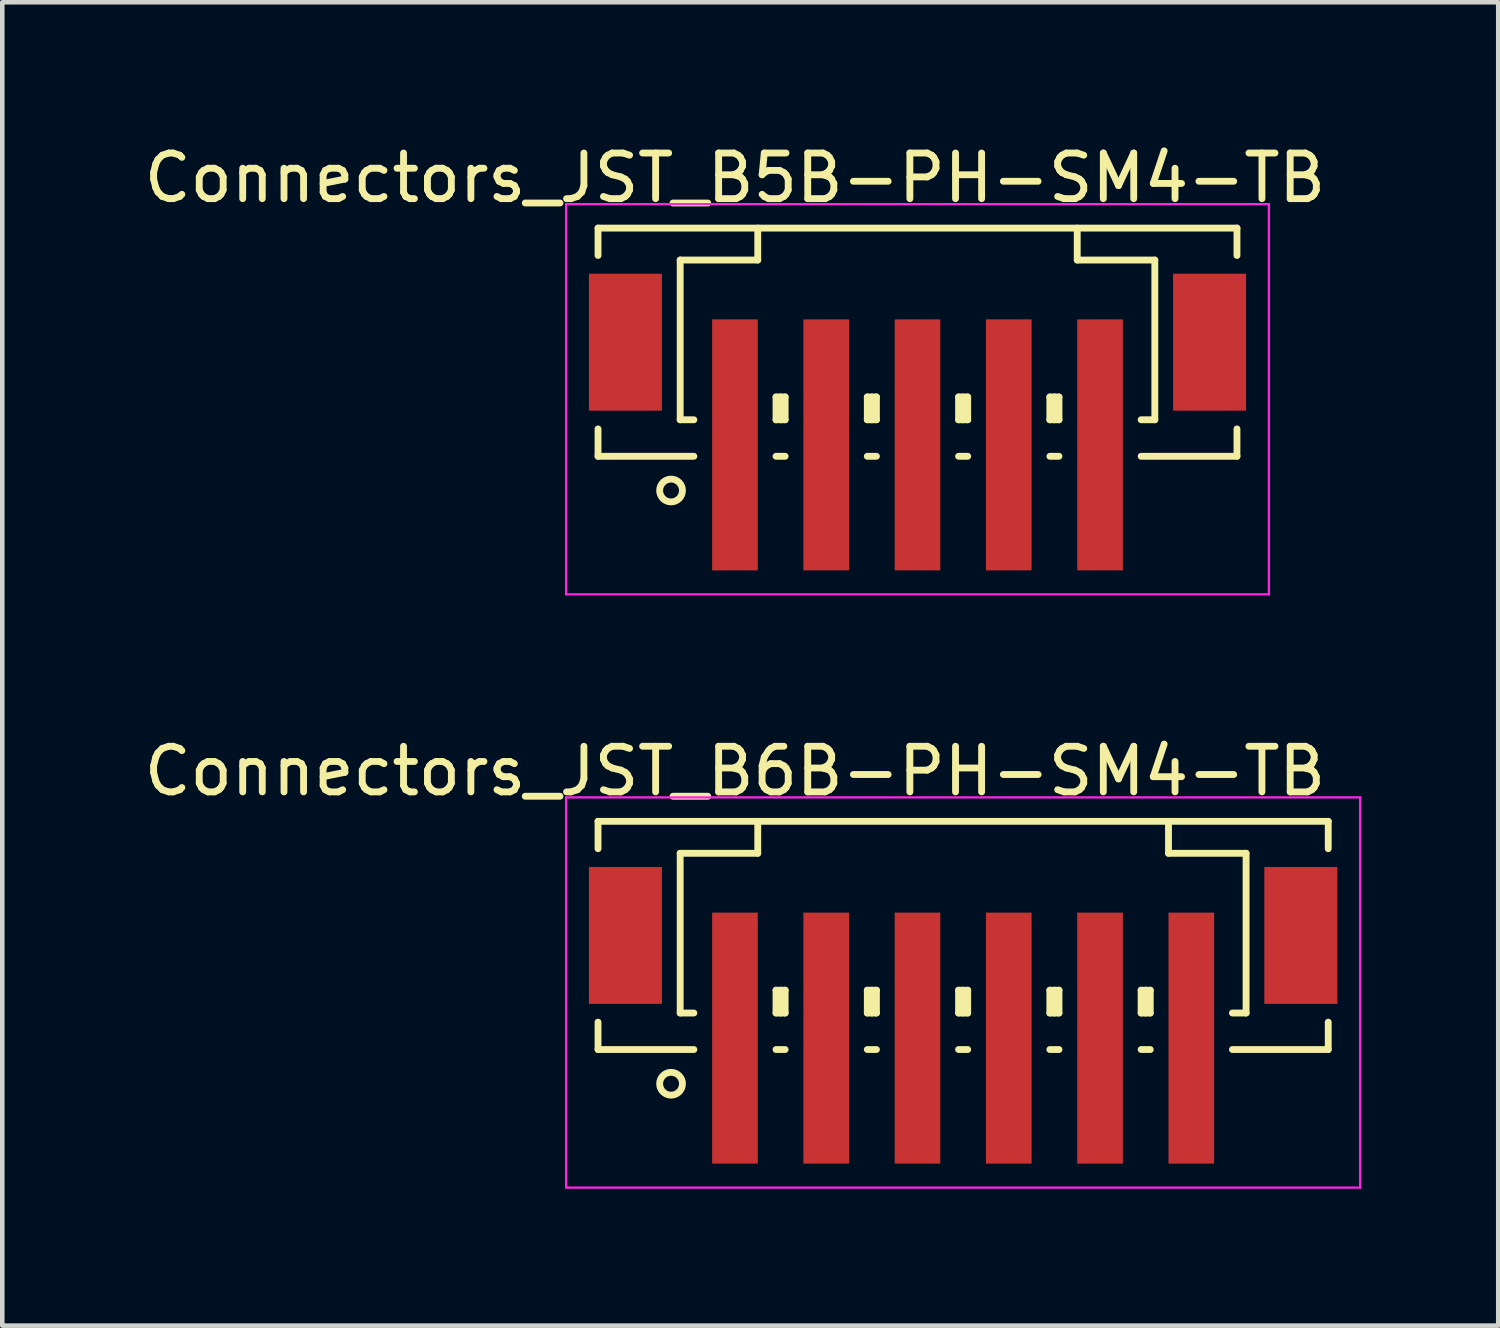
<source format=kicad_pcb>
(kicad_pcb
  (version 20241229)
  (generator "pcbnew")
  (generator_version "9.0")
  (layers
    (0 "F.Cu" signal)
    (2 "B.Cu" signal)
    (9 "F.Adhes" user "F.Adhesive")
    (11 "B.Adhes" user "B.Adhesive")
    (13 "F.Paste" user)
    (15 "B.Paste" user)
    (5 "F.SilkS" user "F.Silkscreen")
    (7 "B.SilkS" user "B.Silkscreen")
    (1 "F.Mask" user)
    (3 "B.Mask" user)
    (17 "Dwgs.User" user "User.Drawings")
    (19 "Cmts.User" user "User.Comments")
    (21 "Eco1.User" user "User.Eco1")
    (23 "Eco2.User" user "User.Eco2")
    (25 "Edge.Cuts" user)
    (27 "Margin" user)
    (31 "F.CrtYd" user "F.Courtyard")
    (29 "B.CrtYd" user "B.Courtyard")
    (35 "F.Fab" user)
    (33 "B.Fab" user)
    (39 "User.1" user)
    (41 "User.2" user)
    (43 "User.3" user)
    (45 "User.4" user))
  (footprint "Connectors_JST_B6B-PH-SM4-TB"
    (layer "F.Cu")
    (at 18.054 18.572)
    (property "Reference" "Connectors_JST_B6B-PH-SM4-TB" (at -5 -4.725 0) (layer "F.SilkS") (effects (font (size 1 1) (thickness 0.15))))
    (attr smd)
    (fp_line (start -8 -3.625) (end 8 -3.625) (stroke (width 0.15) (type solid)) (layer "F.SilkS"))
    (fp_line (start -8 -3.025) (end -8 -3.625) (stroke (width 0.15) (type solid)) (layer "F.SilkS"))
    (fp_line (start -8 0.775) (end -8 1.375) (stroke (width 0.15) (type solid)) (layer "F.SilkS"))
    (fp_line (start -8 1.375) (end -5.9 1.375) (stroke (width 0.15) (type solid)) (layer "F.SilkS"))
    (fp_line (start -6.2 -2.925) (end -6.2 0.575) (stroke (width 0.15) (type solid)) (layer "F.SilkS"))
    (fp_line (start -6.2 0.575) (end -5.9 0.575) (stroke (width 0.15) (type solid)) (layer "F.SilkS"))
    (fp_line (start -4.5 -3.625) (end -4.5 -2.925) (stroke (width 0.15) (type solid)) (layer "F.SilkS"))
    (fp_line (start -4.5 -2.925) (end -6.2 -2.925) (stroke (width 0.15) (type solid)) (layer "F.SilkS"))
    (fp_line (start -4.1 0.075) (end -3.9 0.075) (stroke (width 0.15) (type solid)) (layer "F.SilkS"))
    (fp_line (start -4.1 0.575) (end -4.1 0.075) (stroke (width 0.15) (type solid)) (layer "F.SilkS"))
    (fp_line (start -4.1 0.575) (end -3.9 0.575) (stroke (width 0.15) (type solid)) (layer "F.SilkS"))
    (fp_line (start -4.1 1.375) (end -3.9 1.375) (stroke (width 0.15) (type solid)) (layer "F.SilkS"))
    (fp_line (start -4 0.575) (end -4 0.075) (stroke (width 0.15) (type solid)) (layer "F.SilkS"))
    (fp_line (start -3.9 0.075) (end -3.9 0.575) (stroke (width 0.15) (type solid)) (layer "F.SilkS"))
    (fp_line (start -2.1 0.075) (end -1.9 0.075) (stroke (width 0.15) (type solid)) (layer "F.SilkS"))
    (fp_line (start -2.1 0.575) (end -2.1 0.075) (stroke (width 0.15) (type solid)) (layer "F.SilkS"))
    (fp_line (start -2.1 0.575) (end -1.9 0.575) (stroke (width 0.15) (type solid)) (layer "F.SilkS"))
    (fp_line (start -2.1 1.375) (end -1.9 1.375) (stroke (width 0.15) (type solid)) (layer "F.SilkS"))
    (fp_line (start -2 0.575) (end -2 0.075) (stroke (width 0.15) (type solid)) (layer "F.SilkS"))
    (fp_line (start -1.9 0.075) (end -1.9 0.575) (stroke (width 0.15) (type solid)) (layer "F.SilkS"))
    (fp_line (start -0.1 0.075) (end 0.1 0.075) (stroke (width 0.15) (type solid)) (layer "F.SilkS"))
    (fp_line (start -0.1 0.575) (end -0.1 0.075) (stroke (width 0.15) (type solid)) (layer "F.SilkS"))
    (fp_line (start -0.1 0.575) (end 0.1 0.575) (stroke (width 0.15) (type solid)) (layer "F.SilkS"))
    (fp_line (start -0.1 1.375) (end 0.1 1.375) (stroke (width 0.15) (type solid)) (layer "F.SilkS"))
    (fp_line (start 0 0.575) (end 0 0.075) (stroke (width 0.15) (type solid)) (layer "F.SilkS"))
    (fp_line (start 0.1 0.075) (end 0.1 0.575) (stroke (width 0.15) (type solid)) (layer "F.SilkS"))
    (fp_line (start 1.9 0.075) (end 2.1 0.075) (stroke (width 0.15) (type solid)) (layer "F.SilkS"))
    (fp_line (start 1.9 0.575) (end 1.9 0.075) (stroke (width 0.15) (type solid)) (layer "F.SilkS"))
    (fp_line (start 1.9 0.575) (end 2.1 0.575) (stroke (width 0.15) (type solid)) (layer "F.SilkS"))
    (fp_line (start 1.9 1.375) (end 2.1 1.375) (stroke (width 0.15) (type solid)) (layer "F.SilkS"))
    (fp_line (start 2 0.575) (end 2 0.075) (stroke (width 0.15) (type solid)) (layer "F.SilkS"))
    (fp_line (start 2.1 0.075) (end 2.1 0.575) (stroke (width 0.15) (type solid)) (layer "F.SilkS"))
    (fp_line (start 3.9 0.075) (end 4.1 0.075) (stroke (width 0.15) (type solid)) (layer "F.SilkS"))
    (fp_line (start 3.9 0.575) (end 3.9 0.075) (stroke (width 0.15) (type solid)) (layer "F.SilkS"))
    (fp_line (start 3.9 0.575) (end 4.1 0.575) (stroke (width 0.15) (type solid)) (layer "F.SilkS"))
    (fp_line (start 3.9 1.375) (end 4.1 1.375) (stroke (width 0.15) (type solid)) (layer "F.SilkS"))
    (fp_line (start 4 0.575) (end 4 0.075) (stroke (width 0.15) (type solid)) (layer "F.SilkS"))
    (fp_line (start 4.1 0.075) (end 4.1 0.575) (stroke (width 0.15) (type solid)) (layer "F.SilkS"))
    (fp_line (start 4.5 -3.625) (end 4.5 -2.925) (stroke (width 0.15) (type solid)) (layer "F.SilkS"))
    (fp_line (start 4.5 -2.925) (end 6.2 -2.925) (stroke (width 0.15) (type solid)) (layer "F.SilkS"))
    (fp_line (start 6.2 -2.925) (end 6.2 0.575) (stroke (width 0.15) (type solid)) (layer "F.SilkS"))
    (fp_line (start 6.2 0.575) (end 5.9 0.575) (stroke (width 0.15) (type solid)) (layer "F.SilkS"))
    (fp_line (start 8 -3.625) (end 8 -3.025) (stroke (width 0.15) (type solid)) (layer "F.SilkS"))
    (fp_line (start 8 0.775) (end 8 1.375) (stroke (width 0.15) (type solid)) (layer "F.SilkS"))
    (fp_line (start 8 1.375) (end 5.9 1.375) (stroke (width 0.15) (type solid)) (layer "F.SilkS"))
    (fp_circle (center -6.4 2.125) (end -6.15 2.125) (stroke (width 0.15) (type solid)) (fill no) (layer "F.SilkS"))
    (fp_line (start -8.7 -4.15) (end 8.7 -4.15) (stroke (width 0.05) (type solid)) (layer "F.CrtYd"))
    (fp_line (start -8.7 4.4) (end -8.7 -4.15) (stroke (width 0.05) (type solid)) (layer "F.CrtYd"))
    (fp_line (start 8.7 -4.15) (end 8.7 4.4) (stroke (width 0.05) (type solid)) (layer "F.CrtYd"))
    (fp_line (start 8.7 4.4) (end -8.7 4.4) (stroke (width 0.05) (type solid)) (layer "F.CrtYd"))
    (pad "" smd rect (at -7.4 -1.125) (size 1.6 3) (layers "F.Cu" "F.Mask" "F.Paste"))
    (pad "" smd rect (at 7.4 -1.125) (size 1.6 3) (layers "F.Cu" "F.Mask" "F.Paste"))
    (pad "1" smd rect (at -5 1.125) (size 1 5.5) (layers "F.Cu" "F.Mask" "F.Paste"))
    (pad "2" smd rect (at -3 1.125) (size 1 5.5) (layers "F.Cu" "F.Mask" "F.Paste"))
    (pad "3" smd rect (at -1 1.125) (size 1 5.5) (layers "F.Cu" "F.Mask" "F.Paste"))
    (pad "4" smd rect (at 1 1.125) (size 1 5.5) (layers "F.Cu" "F.Mask" "F.Paste"))
    (pad "5" smd rect (at 3 1.125) (size 1 5.5) (layers "F.Cu" "F.Mask" "F.Paste"))
    (pad "6" smd rect (at 5 1.125) (size 1 5.5) (layers "F.Cu" "F.Mask" "F.Paste")))
  (footprint "Connectors_JST_B5B-PH-SM4-TB"
    (layer "F.Cu")
    (at 17.054 5.573)
    (property "Reference" "Connectors_JST_B5B-PH-SM4-TB" (at -4 -4.725 0) (layer "F.SilkS") (effects (font (size 1 1) (thickness 0.15))))
    (attr smd)
    (fp_line (start -7 -3.625) (end 7 -3.625) (stroke (width 0.15) (type solid)) (layer "F.SilkS"))
    (fp_line (start -7 -3.025) (end -7 -3.625) (stroke (width 0.15) (type solid)) (layer "F.SilkS"))
    (fp_line (start -7 0.775) (end -7 1.375) (stroke (width 0.15) (type solid)) (layer "F.SilkS"))
    (fp_line (start -7 1.375) (end -4.9 1.375) (stroke (width 0.15) (type solid)) (layer "F.SilkS"))
    (fp_line (start -5.2 -2.925) (end -5.2 0.575) (stroke (width 0.15) (type solid)) (layer "F.SilkS"))
    (fp_line (start -5.2 0.575) (end -4.9 0.575) (stroke (width 0.15) (type solid)) (layer "F.SilkS"))
    (fp_line (start -3.5 -3.625) (end -3.5 -2.925) (stroke (width 0.15) (type solid)) (layer "F.SilkS"))
    (fp_line (start -3.5 -2.925) (end -5.2 -2.925) (stroke (width 0.15) (type solid)) (layer "F.SilkS"))
    (fp_line (start -3.1 0.075) (end -2.9 0.075) (stroke (width 0.15) (type solid)) (layer "F.SilkS"))
    (fp_line (start -3.1 0.575) (end -3.1 0.075) (stroke (width 0.15) (type solid)) (layer "F.SilkS"))
    (fp_line (start -3.1 0.575) (end -2.9 0.575) (stroke (width 0.15) (type solid)) (layer "F.SilkS"))
    (fp_line (start -3.1 1.375) (end -2.9 1.375) (stroke (width 0.15) (type solid)) (layer "F.SilkS"))
    (fp_line (start -3 0.575) (end -3 0.075) (stroke (width 0.15) (type solid)) (layer "F.SilkS"))
    (fp_line (start -2.9 0.075) (end -2.9 0.575) (stroke (width 0.15) (type solid)) (layer "F.SilkS"))
    (fp_line (start -1.1 0.075) (end -0.9 0.075) (stroke (width 0.15) (type solid)) (layer "F.SilkS"))
    (fp_line (start -1.1 0.575) (end -1.1 0.075) (stroke (width 0.15) (type solid)) (layer "F.SilkS"))
    (fp_line (start -1.1 0.575) (end -0.9 0.575) (stroke (width 0.15) (type solid)) (layer "F.SilkS"))
    (fp_line (start -1.1 1.375) (end -0.9 1.375) (stroke (width 0.15) (type solid)) (layer "F.SilkS"))
    (fp_line (start -1 0.575) (end -1 0.075) (stroke (width 0.15) (type solid)) (layer "F.SilkS"))
    (fp_line (start -0.9 0.075) (end -0.9 0.575) (stroke (width 0.15) (type solid)) (layer "F.SilkS"))
    (fp_line (start 0.9 0.075) (end 1.1 0.075) (stroke (width 0.15) (type solid)) (layer "F.SilkS"))
    (fp_line (start 0.9 0.575) (end 0.9 0.075) (stroke (width 0.15) (type solid)) (layer "F.SilkS"))
    (fp_line (start 0.9 0.575) (end 1.1 0.575) (stroke (width 0.15) (type solid)) (layer "F.SilkS"))
    (fp_line (start 0.9 1.375) (end 1.1 1.375) (stroke (width 0.15) (type solid)) (layer "F.SilkS"))
    (fp_line (start 1 0.575) (end 1 0.075) (stroke (width 0.15) (type solid)) (layer "F.SilkS"))
    (fp_line (start 1.1 0.075) (end 1.1 0.575) (stroke (width 0.15) (type solid)) (layer "F.SilkS"))
    (fp_line (start 2.9 0.075) (end 3.1 0.075) (stroke (width 0.15) (type solid)) (layer "F.SilkS"))
    (fp_line (start 2.9 0.575) (end 2.9 0.075) (stroke (width 0.15) (type solid)) (layer "F.SilkS"))
    (fp_line (start 2.9 0.575) (end 3.1 0.575) (stroke (width 0.15) (type solid)) (layer "F.SilkS"))
    (fp_line (start 2.9 1.375) (end 3.1 1.375) (stroke (width 0.15) (type solid)) (layer "F.SilkS"))
    (fp_line (start 3 0.575) (end 3 0.075) (stroke (width 0.15) (type solid)) (layer "F.SilkS"))
    (fp_line (start 3.1 0.075) (end 3.1 0.575) (stroke (width 0.15) (type solid)) (layer "F.SilkS"))
    (fp_line (start 3.5 -3.625) (end 3.5 -2.925) (stroke (width 0.15) (type solid)) (layer "F.SilkS"))
    (fp_line (start 3.5 -2.925) (end 5.2 -2.925) (stroke (width 0.15) (type solid)) (layer "F.SilkS"))
    (fp_line (start 5.2 -2.925) (end 5.2 0.575) (stroke (width 0.15) (type solid)) (layer "F.SilkS"))
    (fp_line (start 5.2 0.575) (end 4.9 0.575) (stroke (width 0.15) (type solid)) (layer "F.SilkS"))
    (fp_line (start 7 -3.625) (end 7 -3.025) (stroke (width 0.15) (type solid)) (layer "F.SilkS"))
    (fp_line (start 7 0.775) (end 7 1.375) (stroke (width 0.15) (type solid)) (layer "F.SilkS"))
    (fp_line (start 7 1.375) (end 4.9 1.375) (stroke (width 0.15) (type solid)) (layer "F.SilkS"))
    (fp_circle (center -5.4 2.125) (end -5.15 2.125) (stroke (width 0.15) (type solid)) (fill no) (layer "F.SilkS"))
    (fp_line (start -7.7 -4.15) (end 7.7 -4.15) (stroke (width 0.05) (type solid)) (layer "F.CrtYd"))
    (fp_line (start -7.7 4.4) (end -7.7 -4.15) (stroke (width 0.05) (type solid)) (layer "F.CrtYd"))
    (fp_line (start 7.7 -4.15) (end 7.7 4.4) (stroke (width 0.05) (type solid)) (layer "F.CrtYd"))
    (fp_line (start 7.7 4.4) (end -7.7 4.4) (stroke (width 0.05) (type solid)) (layer "F.CrtYd"))
    (pad "" smd rect (at -6.4 -1.125) (size 1.6 3) (layers "F.Cu" "F.Mask" "F.Paste"))
    (pad "" smd rect (at 6.4 -1.125) (size 1.6 3) (layers "F.Cu" "F.Mask" "F.Paste"))
    (pad "1" smd rect (at -4 1.125) (size 1 5.5) (layers "F.Cu" "F.Mask" "F.Paste"))
    (pad "2" smd rect (at -2 1.125) (size 1 5.5) (layers "F.Cu" "F.Mask" "F.Paste"))
    (pad "3" smd rect (at 0 1.125) (size 1 5.5) (layers "F.Cu" "F.Mask" "F.Paste"))
    (pad "4" smd rect (at 2 1.125) (size 1 5.5) (layers "F.Cu" "F.Mask" "F.Paste"))
    (pad "5" smd rect (at 4 1.125) (size 1 5.5) (layers "F.Cu" "F.Mask" "F.Paste")))
  (gr_rect
    (start -3 -3)
    (end 29.779 25.997)
    (stroke (width 0.1) (type default))
    (fill no)
    (layer "Edge.Cuts")))
</source>
